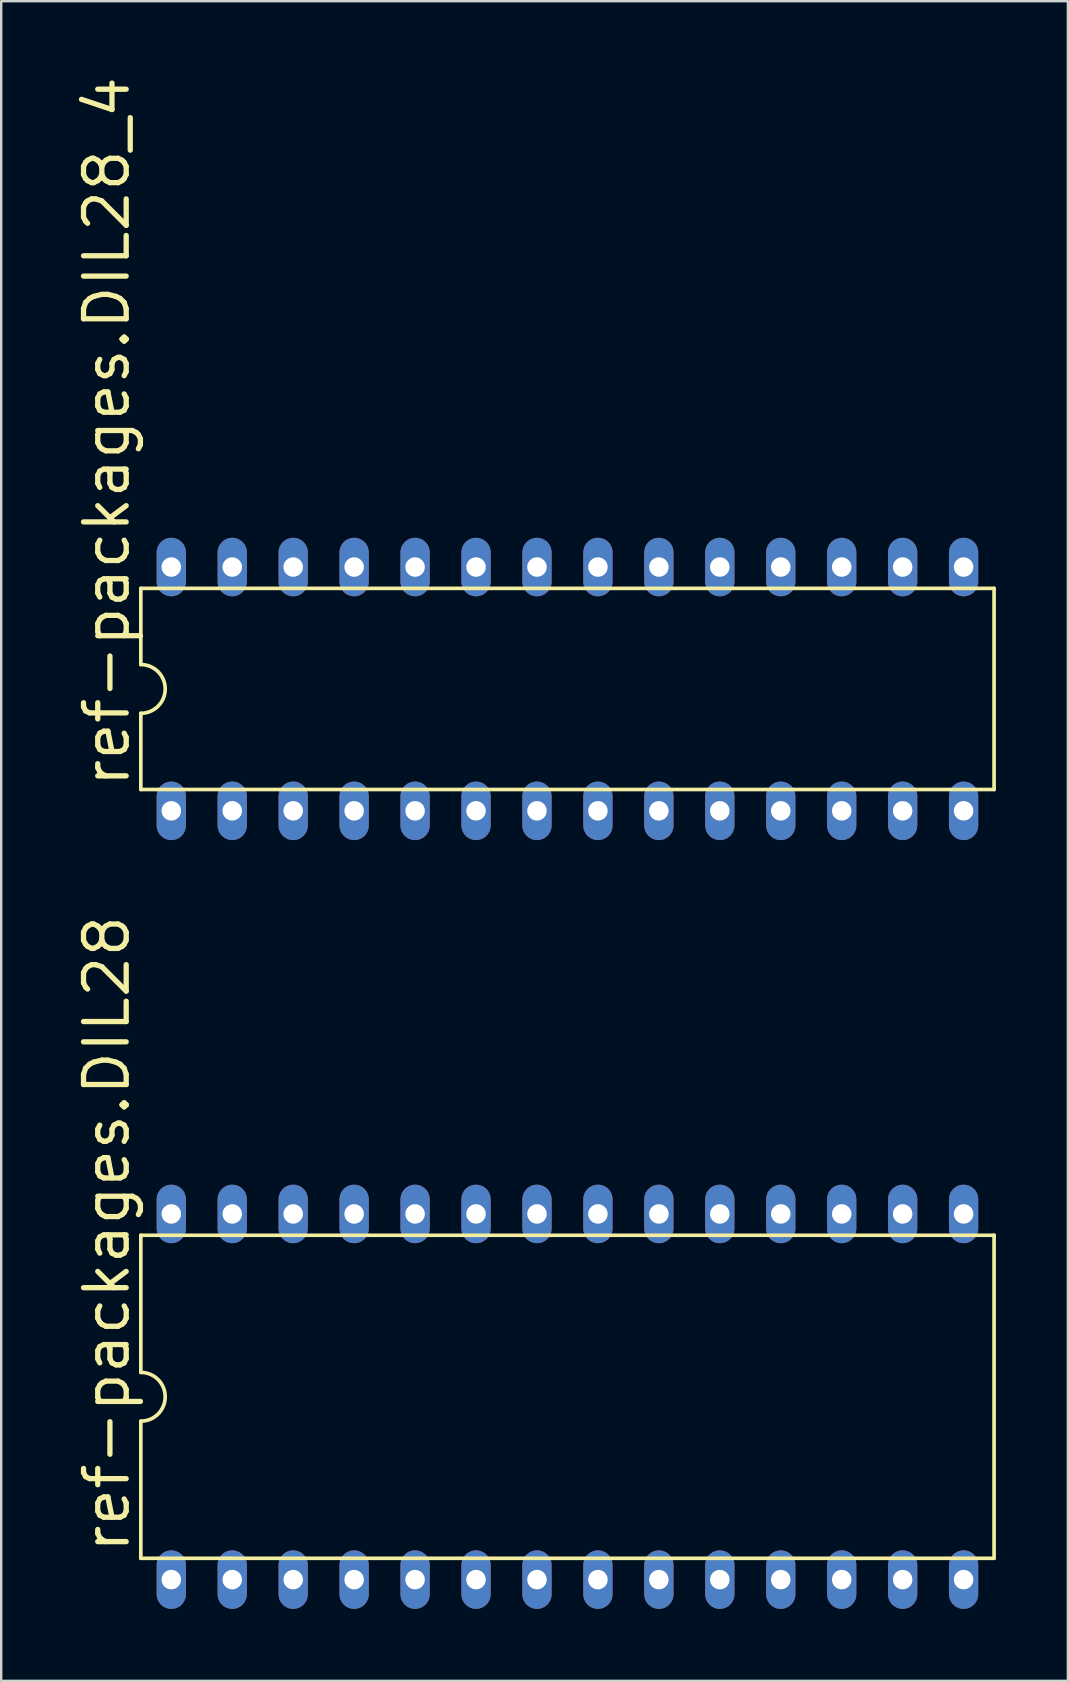
<source format=kicad_pcb>
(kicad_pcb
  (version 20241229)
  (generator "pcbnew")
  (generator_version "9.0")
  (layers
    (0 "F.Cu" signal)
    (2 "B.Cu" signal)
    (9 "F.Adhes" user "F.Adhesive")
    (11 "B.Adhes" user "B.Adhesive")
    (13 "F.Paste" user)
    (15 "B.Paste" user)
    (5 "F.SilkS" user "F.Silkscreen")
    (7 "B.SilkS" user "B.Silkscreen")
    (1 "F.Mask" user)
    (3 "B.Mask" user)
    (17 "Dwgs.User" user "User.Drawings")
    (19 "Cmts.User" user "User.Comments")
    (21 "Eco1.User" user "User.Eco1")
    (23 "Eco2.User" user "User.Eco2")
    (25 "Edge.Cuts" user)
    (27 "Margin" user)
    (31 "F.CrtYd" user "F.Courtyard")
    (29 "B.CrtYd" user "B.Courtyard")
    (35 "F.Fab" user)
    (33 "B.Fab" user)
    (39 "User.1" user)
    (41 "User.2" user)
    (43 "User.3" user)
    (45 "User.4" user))
  (footprint "ref-packages.DIL28"
    (layer "F.Cu")
    (at 20.599 55.162)
    (property "Reference" "ref-packages.DIL28" (at -18.161 6.604 90) (layer "F.SilkS") (effects (font (size 1.778 1.778) (thickness 0.22)) (justify left bottom)))
    (attr through_hole)
    (fp_line (start -17.78 -6.731) (end -17.78 -1.016) (stroke (width 0.152) (type default)) (layer "F.SilkS"))
    (fp_line (start -17.78 6.731) (end -17.78 1.016) (stroke (width 0.152) (type default)) (layer "F.SilkS"))
    (fp_line (start -17.78 6.731) (end 17.78 6.731) (stroke (width 0.152) (type default)) (layer "F.SilkS"))
    (fp_line (start 17.78 -6.731) (end -17.78 -6.731) (stroke (width 0.152) (type default)) (layer "F.SilkS"))
    (fp_line (start 17.78 -6.731) (end 17.78 6.731) (stroke (width 0.152) (type default)) (layer "F.SilkS"))
    (fp_arc (start -17.78 -1.016) (mid -16.764 0) (end -17.78 1.016) (stroke (width 0.1524) (type default)) (layer "F.SilkS"))
    (pad "1" thru_hole oval (at -16.51 7.62 90) (size 2.438 1.219) (drill 0.813) (layers "*.Cu" "*.Mask"))
    (pad "2" thru_hole oval (at -13.97 7.62 90) (size 2.438 1.219) (drill 0.813) (layers "*.Cu" "*.Mask"))
    (pad "3" thru_hole oval (at -11.43 7.62 90) (size 2.438 1.219) (drill 0.813) (layers "*.Cu" "*.Mask"))
    (pad "4" thru_hole oval (at -8.89 7.62 90) (size 2.438 1.219) (drill 0.813) (layers "*.Cu" "*.Mask"))
    (pad "5" thru_hole oval (at -6.35 7.62 90) (size 2.438 1.219) (drill 0.813) (layers "*.Cu" "*.Mask"))
    (pad "6" thru_hole oval (at -3.81 7.62 90) (size 2.438 1.219) (drill 0.813) (layers "*.Cu" "*.Mask"))
    (pad "7" thru_hole oval (at -1.27 7.62 90) (size 2.438 1.219) (drill 0.813) (layers "*.Cu" "*.Mask"))
    (pad "8" thru_hole oval (at 1.27 7.62 90) (size 2.438 1.219) (drill 0.813) (layers "*.Cu" "*.Mask"))
    (pad "9" thru_hole oval (at 3.81 7.62 90) (size 2.438 1.219) (drill 0.813) (layers "*.Cu" "*.Mask"))
    (pad "10" thru_hole oval (at 6.35 7.62 90) (size 2.438 1.219) (drill 0.813) (layers "*.Cu" "*.Mask"))
    (pad "11" thru_hole oval (at 8.89 7.62 90) (size 2.438 1.219) (drill 0.813) (layers "*.Cu" "*.Mask"))
    (pad "12" thru_hole oval (at 11.43 7.62 90) (size 2.438 1.219) (drill 0.813) (layers "*.Cu" "*.Mask"))
    (pad "13" thru_hole oval (at 13.97 7.62 90) (size 2.438 1.219) (drill 0.813) (layers "*.Cu" "*.Mask"))
    (pad "14" thru_hole oval (at 16.51 7.62 90) (size 2.438 1.219) (drill 0.813) (layers "*.Cu" "*.Mask"))
    (pad "15" thru_hole oval (at 16.51 -7.62 90) (size 2.438 1.219) (drill 0.813) (layers "*.Cu" "*.Mask"))
    (pad "16" thru_hole oval (at 13.97 -7.62 90) (size 2.438 1.219) (drill 0.813) (layers "*.Cu" "*.Mask"))
    (pad "17" thru_hole oval (at 11.43 -7.62 90) (size 2.438 1.219) (drill 0.813) (layers "*.Cu" "*.Mask"))
    (pad "18" thru_hole oval (at 8.89 -7.62 90) (size 2.438 1.219) (drill 0.813) (layers "*.Cu" "*.Mask"))
    (pad "19" thru_hole oval (at 6.35 -7.62 90) (size 2.438 1.219) (drill 0.813) (layers "*.Cu" "*.Mask"))
    (pad "20" thru_hole oval (at 3.81 -7.62 90) (size 2.438 1.219) (drill 0.813) (layers "*.Cu" "*.Mask"))
    (pad "21" thru_hole oval (at 1.27 -7.62 90) (size 2.438 1.219) (drill 0.813) (layers "*.Cu" "*.Mask"))
    (pad "22" thru_hole oval (at -1.27 -7.62 90) (size 2.438 1.219) (drill 0.813) (layers "*.Cu" "*.Mask"))
    (pad "23" thru_hole oval (at -3.81 -7.62 90) (size 2.438 1.219) (drill 0.813) (layers "*.Cu" "*.Mask"))
    (pad "24" thru_hole oval (at -6.35 -7.62 90) (size 2.438 1.219) (drill 0.813) (layers "*.Cu" "*.Mask"))
    (pad "25" thru_hole oval (at -8.89 -7.62 90) (size 2.438 1.219) (drill 0.813) (layers "*.Cu" "*.Mask"))
    (pad "26" thru_hole oval (at -11.43 -7.62 90) (size 2.438 1.219) (drill 0.813) (layers "*.Cu" "*.Mask"))
    (pad "27" thru_hole oval (at -13.97 -7.62 90) (size 2.438 1.219) (drill 0.813) (layers "*.Cu" "*.Mask"))
    (pad "28" thru_hole oval (at -16.51 -7.62 90) (size 2.438 1.219) (drill 0.813) (layers "*.Cu" "*.Mask")))
  (footprint "ref-packages.DIL28_4"
    (layer "F.Cu")
    (at 20.599 25.662)
    (property "Reference" "ref-packages.DIL28_4" (at -18.161 4.191 90) (layer "F.SilkS") (effects (font (size 1.778 1.778) (thickness 0.22)) (justify left bottom)))
    (attr through_hole)
    (fp_line (start -17.78 -4.191) (end -17.78 -1.016) (stroke (width 0.152) (type default)) (layer "F.SilkS"))
    (fp_line (start -17.78 4.191) (end -17.78 1.016) (stroke (width 0.152) (type default)) (layer "F.SilkS"))
    (fp_line (start -17.78 4.191) (end 17.78 4.191) (stroke (width 0.152) (type default)) (layer "F.SilkS"))
    (fp_line (start 17.78 -4.191) (end -17.78 -4.191) (stroke (width 0.152) (type default)) (layer "F.SilkS"))
    (fp_line (start 17.78 -4.191) (end 17.78 4.191) (stroke (width 0.152) (type default)) (layer "F.SilkS"))
    (fp_arc (start -17.78 -1.016) (mid -16.764 0) (end -17.78 1.016) (stroke (width 0.1524) (type default)) (layer "F.SilkS"))
    (pad "1" thru_hole oval (at -16.51 5.08 90) (size 2.438 1.219) (drill 0.813) (layers "*.Cu" "*.Mask"))
    (pad "2" thru_hole oval (at -13.97 5.08 90) (size 2.438 1.219) (drill 0.813) (layers "*.Cu" "*.Mask"))
    (pad "3" thru_hole oval (at -11.43 5.08 90) (size 2.438 1.219) (drill 0.813) (layers "*.Cu" "*.Mask"))
    (pad "4" thru_hole oval (at -8.89 5.08 90) (size 2.438 1.219) (drill 0.813) (layers "*.Cu" "*.Mask"))
    (pad "5" thru_hole oval (at -6.35 5.08 90) (size 2.438 1.219) (drill 0.813) (layers "*.Cu" "*.Mask"))
    (pad "6" thru_hole oval (at -3.81 5.08 90) (size 2.438 1.219) (drill 0.813) (layers "*.Cu" "*.Mask"))
    (pad "7" thru_hole oval (at -1.27 5.08 90) (size 2.438 1.219) (drill 0.813) (layers "*.Cu" "*.Mask"))
    (pad "8" thru_hole oval (at 1.27 5.08 90) (size 2.438 1.219) (drill 0.813) (layers "*.Cu" "*.Mask"))
    (pad "9" thru_hole oval (at 3.81 5.08 90) (size 2.438 1.219) (drill 0.813) (layers "*.Cu" "*.Mask"))
    (pad "10" thru_hole oval (at 6.35 5.08 90) (size 2.438 1.219) (drill 0.813) (layers "*.Cu" "*.Mask"))
    (pad "11" thru_hole oval (at 8.89 5.08 90) (size 2.438 1.219) (drill 0.813) (layers "*.Cu" "*.Mask"))
    (pad "12" thru_hole oval (at 11.43 5.08 90) (size 2.438 1.219) (drill 0.813) (layers "*.Cu" "*.Mask"))
    (pad "13" thru_hole oval (at 13.97 5.08 90) (size 2.438 1.219) (drill 0.813) (layers "*.Cu" "*.Mask"))
    (pad "14" thru_hole oval (at 16.51 5.08 90) (size 2.438 1.219) (drill 0.813) (layers "*.Cu" "*.Mask"))
    (pad "15" thru_hole oval (at 16.51 -5.08 90) (size 2.438 1.219) (drill 0.813) (layers "*.Cu" "*.Mask"))
    (pad "16" thru_hole oval (at 13.97 -5.08 90) (size 2.438 1.219) (drill 0.813) (layers "*.Cu" "*.Mask"))
    (pad "17" thru_hole oval (at 11.43 -5.08 90) (size 2.438 1.219) (drill 0.813) (layers "*.Cu" "*.Mask"))
    (pad "18" thru_hole oval (at 8.89 -5.08 90) (size 2.438 1.219) (drill 0.813) (layers "*.Cu" "*.Mask"))
    (pad "19" thru_hole oval (at 6.35 -5.08 90) (size 2.438 1.219) (drill 0.813) (layers "*.Cu" "*.Mask"))
    (pad "20" thru_hole oval (at 3.81 -5.08 90) (size 2.438 1.219) (drill 0.813) (layers "*.Cu" "*.Mask"))
    (pad "21" thru_hole oval (at 1.27 -5.08 90) (size 2.438 1.219) (drill 0.813) (layers "*.Cu" "*.Mask"))
    (pad "22" thru_hole oval (at -1.27 -5.08 90) (size 2.438 1.219) (drill 0.813) (layers "*.Cu" "*.Mask"))
    (pad "23" thru_hole oval (at -3.81 -5.08 90) (size 2.438 1.219) (drill 0.813) (layers "*.Cu" "*.Mask"))
    (pad "24" thru_hole oval (at -6.35 -5.08 90) (size 2.438 1.219) (drill 0.813) (layers "*.Cu" "*.Mask"))
    (pad "25" thru_hole oval (at -8.89 -5.08 90) (size 2.438 1.219) (drill 0.813) (layers "*.Cu" "*.Mask"))
    (pad "26" thru_hole oval (at -11.43 -5.08 90) (size 2.438 1.219) (drill 0.813) (layers "*.Cu" "*.Mask"))
    (pad "27" thru_hole oval (at -13.97 -5.08 90) (size 2.438 1.219) (drill 0.813) (layers "*.Cu" "*.Mask"))
    (pad "28" thru_hole oval (at -16.51 -5.08 90) (size 2.438 1.219) (drill 0.813) (layers "*.Cu" "*.Mask")))
  (gr_rect
    (start -3 -3)
    (end 41.455 67.002)
    (stroke (width 0.1) (type default))
    (fill no)
    (layer "Edge.Cuts")))
</source>
